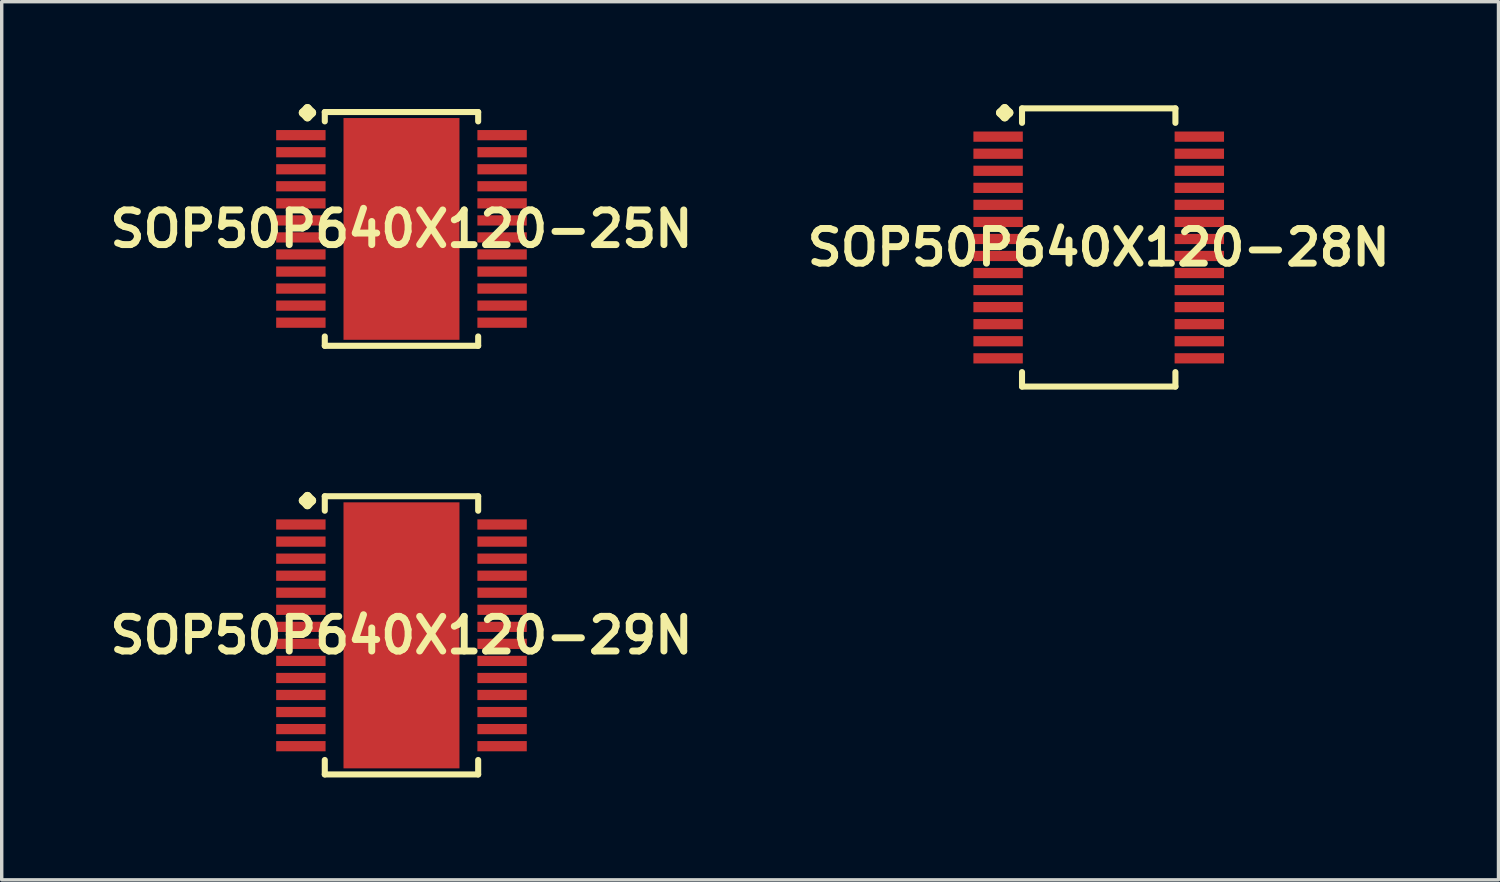
<source format=kicad_pcb>
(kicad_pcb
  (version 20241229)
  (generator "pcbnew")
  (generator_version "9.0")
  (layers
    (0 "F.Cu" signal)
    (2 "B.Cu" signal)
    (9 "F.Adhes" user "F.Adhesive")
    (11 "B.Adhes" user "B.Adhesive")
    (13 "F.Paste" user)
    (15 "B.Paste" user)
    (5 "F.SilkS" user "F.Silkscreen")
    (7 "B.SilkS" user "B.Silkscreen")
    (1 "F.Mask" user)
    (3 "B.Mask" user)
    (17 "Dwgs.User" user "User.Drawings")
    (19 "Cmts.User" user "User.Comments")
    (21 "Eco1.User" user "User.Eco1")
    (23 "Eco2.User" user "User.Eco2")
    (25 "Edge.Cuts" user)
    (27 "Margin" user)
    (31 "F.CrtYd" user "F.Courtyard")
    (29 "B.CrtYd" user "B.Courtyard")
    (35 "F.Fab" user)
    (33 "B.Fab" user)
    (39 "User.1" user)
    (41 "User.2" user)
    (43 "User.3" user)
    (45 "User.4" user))
  (footprint "SOP50P640X120-29N"
    (layer "F.Cu")
    (at 8.718 15.573)
    (property "Reference" "SOP50P640X120-29N" (at 0 0 0) (layer "F.SilkS") (effects (font (size 1.016 1.016) (thickness 0.203))))
    (attr smd)
    (fp_line (start -2.883 -3.95) (end -2.756 -4.077) (stroke (width 0.254) (type solid)) (layer "F.SilkS"))
    (fp_line (start -2.756 -4.077) (end -2.629 -3.95) (stroke (width 0.254) (type solid)) (layer "F.SilkS"))
    (fp_line (start -2.756 -3.823) (end -2.883 -3.95) (stroke (width 0.254) (type solid)) (layer "F.SilkS"))
    (fp_line (start -2.629 -3.95) (end -2.756 -3.823) (stroke (width 0.254) (type solid)) (layer "F.SilkS"))
    (fp_line (start -2.248 -4.077) (end 2.248 -4.077) (stroke (width 0.178) (type solid)) (layer "F.SilkS"))
    (fp_line (start -2.248 -3.653) (end -2.248 -4.077) (stroke (width 0.178) (type solid)) (layer "F.SilkS"))
    (fp_line (start -2.248 3.653) (end -2.248 4.077) (stroke (width 0.178) (type solid)) (layer "F.SilkS"))
    (fp_line (start -2.248 4.077) (end 2.248 4.077) (stroke (width 0.178) (type solid)) (layer "F.SilkS"))
    (fp_line (start 2.248 -4.077) (end 2.248 -3.653) (stroke (width 0.178) (type solid)) (layer "F.SilkS"))
    (fp_line (start 2.248 4.077) (end 2.248 3.653) (stroke (width 0.178) (type solid)) (layer "F.SilkS"))
    (pad "1" smd rect (at -2.949 -3.249) (size 1.448 0.3) (layers "F.Cu" "F.Mask" "F.Paste"))
    (pad "2" smd rect (at -2.949 -2.748) (size 1.448 0.3) (layers "F.Cu" "F.Mask" "F.Paste"))
    (pad "3" smd rect (at -2.949 -2.248) (size 1.448 0.3) (layers "F.Cu" "F.Mask" "F.Paste"))
    (pad "4" smd rect (at -2.949 -1.748) (size 1.448 0.3) (layers "F.Cu" "F.Mask" "F.Paste"))
    (pad "5" smd rect (at -2.949 -1.25) (size 1.448 0.3) (layers "F.Cu" "F.Mask" "F.Paste"))
    (pad "6" smd rect (at -2.949 -0.749) (size 1.448 0.3) (layers "F.Cu" "F.Mask" "F.Paste"))
    (pad "7" smd rect (at -2.949 -0.249) (size 1.448 0.3) (layers "F.Cu" "F.Mask" "F.Paste"))
    (pad "8" smd rect (at -2.949 0.249) (size 1.448 0.3) (layers "F.Cu" "F.Mask" "F.Paste"))
    (pad "9" smd rect (at -2.949 0.749) (size 1.448 0.3) (layers "F.Cu" "F.Mask" "F.Paste"))
    (pad "10" smd rect (at -2.949 1.25) (size 1.448 0.3) (layers "F.Cu" "F.Mask" "F.Paste"))
    (pad "11" smd rect (at -2.949 1.748) (size 1.448 0.3) (layers "F.Cu" "F.Mask" "F.Paste"))
    (pad "12" smd rect (at -2.949 2.248) (size 1.448 0.3) (layers "F.Cu" "F.Mask" "F.Paste"))
    (pad "13" smd rect (at -2.949 2.748) (size 1.448 0.3) (layers "F.Cu" "F.Mask" "F.Paste"))
    (pad "14" smd rect (at -2.949 3.249) (size 1.448 0.3) (layers "F.Cu" "F.Mask" "F.Paste"))
    (pad "15" smd rect (at 2.949 3.249) (size 1.448 0.3) (layers "F.Cu" "F.Mask" "F.Paste"))
    (pad "16" smd rect (at 2.949 2.748) (size 1.448 0.3) (layers "F.Cu" "F.Mask" "F.Paste"))
    (pad "17" smd rect (at 2.949 2.248) (size 1.448 0.3) (layers "F.Cu" "F.Mask" "F.Paste"))
    (pad "18" smd rect (at 2.949 1.748) (size 1.448 0.3) (layers "F.Cu" "F.Mask" "F.Paste"))
    (pad "19" smd rect (at 2.949 1.25) (size 1.448 0.3) (layers "F.Cu" "F.Mask" "F.Paste"))
    (pad "20" smd rect (at 2.949 0.749) (size 1.448 0.3) (layers "F.Cu" "F.Mask" "F.Paste"))
    (pad "21" smd rect (at 2.949 0.249) (size 1.448 0.3) (layers "F.Cu" "F.Mask" "F.Paste"))
    (pad "22" smd rect (at 2.949 -0.249) (size 1.448 0.3) (layers "F.Cu" "F.Mask" "F.Paste"))
    (pad "23" smd rect (at 2.949 -0.749) (size 1.448 0.3) (layers "F.Cu" "F.Mask" "F.Paste"))
    (pad "24" smd rect (at 2.949 -1.25) (size 1.448 0.3) (layers "F.Cu" "F.Mask" "F.Paste"))
    (pad "25" smd rect (at 2.949 -1.748) (size 1.448 0.3) (layers "F.Cu" "F.Mask" "F.Paste"))
    (pad "26" smd rect (at 2.949 -2.248) (size 1.448 0.3) (layers "F.Cu" "F.Mask" "F.Paste"))
    (pad "27" smd rect (at 2.949 -2.748) (size 1.448 0.3) (layers "F.Cu" "F.Mask" "F.Paste"))
    (pad "28" smd rect (at 2.949 -3.249) (size 1.448 0.3) (layers "F.Cu" "F.Mask" "F.Paste"))
    (pad "29" smd rect (at 0 0) (size 3.399 7.798) (layers "F.Cu" "F.Mask" "F.Paste")))
  (footprint "SOP50P640X120-25N"
    (layer "F.Cu")
    (at 8.718 3.66)
    (property "Reference" "SOP50P640X120-25N" (at 0 0 0) (layer "F.SilkS") (effects (font (size 1.016 1.016) (thickness 0.203))))
    (attr smd)
    (fp_line (start -2.883 -3.406) (end -2.756 -3.533) (stroke (width 0.254) (type solid)) (layer "F.SilkS"))
    (fp_line (start -2.756 -3.533) (end -2.629 -3.406) (stroke (width 0.254) (type solid)) (layer "F.SilkS"))
    (fp_line (start -2.756 -3.279) (end -2.883 -3.406) (stroke (width 0.254) (type solid)) (layer "F.SilkS"))
    (fp_line (start -2.629 -3.406) (end -2.756 -3.279) (stroke (width 0.254) (type solid)) (layer "F.SilkS"))
    (fp_line (start -2.248 -3.426) (end 2.248 -3.426) (stroke (width 0.178) (type solid)) (layer "F.SilkS"))
    (fp_line (start -2.248 -3.152) (end -2.248 -3.426) (stroke (width 0.178) (type solid)) (layer "F.SilkS"))
    (fp_line (start -2.248 3.152) (end -2.248 3.426) (stroke (width 0.178) (type solid)) (layer "F.SilkS"))
    (fp_line (start -2.248 3.426) (end 2.248 3.426) (stroke (width 0.178) (type solid)) (layer "F.SilkS"))
    (fp_line (start 2.248 -3.426) (end 2.248 -3.152) (stroke (width 0.178) (type solid)) (layer "F.SilkS"))
    (fp_line (start 2.248 3.426) (end 2.248 3.152) (stroke (width 0.178) (type solid)) (layer "F.SilkS"))
    (pad "1" smd rect (at -2.949 -2.748) (size 1.448 0.3) (layers "F.Cu" "F.Mask" "F.Paste"))
    (pad "2" smd rect (at -2.949 -2.248) (size 1.448 0.3) (layers "F.Cu" "F.Mask" "F.Paste"))
    (pad "3" smd rect (at -2.949 -1.748) (size 1.448 0.3) (layers "F.Cu" "F.Mask" "F.Paste"))
    (pad "4" smd rect (at -2.949 -1.25) (size 1.448 0.3) (layers "F.Cu" "F.Mask" "F.Paste"))
    (pad "5" smd rect (at -2.949 -0.749) (size 1.448 0.3) (layers "F.Cu" "F.Mask" "F.Paste"))
    (pad "6" smd rect (at -2.949 -0.249) (size 1.448 0.3) (layers "F.Cu" "F.Mask" "F.Paste"))
    (pad "7" smd rect (at -2.949 0.249) (size 1.448 0.3) (layers "F.Cu" "F.Mask" "F.Paste"))
    (pad "8" smd rect (at -2.949 0.749) (size 1.448 0.3) (layers "F.Cu" "F.Mask" "F.Paste"))
    (pad "9" smd rect (at -2.949 1.25) (size 1.448 0.3) (layers "F.Cu" "F.Mask" "F.Paste"))
    (pad "10" smd rect (at -2.949 1.748) (size 1.448 0.3) (layers "F.Cu" "F.Mask" "F.Paste"))
    (pad "11" smd rect (at -2.949 2.248) (size 1.448 0.3) (layers "F.Cu" "F.Mask" "F.Paste"))
    (pad "12" smd rect (at -2.949 2.748) (size 1.448 0.3) (layers "F.Cu" "F.Mask" "F.Paste"))
    (pad "13" smd rect (at 2.949 2.748) (size 1.448 0.3) (layers "F.Cu" "F.Mask" "F.Paste"))
    (pad "14" smd rect (at 2.949 2.248) (size 1.448 0.3) (layers "F.Cu" "F.Mask" "F.Paste"))
    (pad "15" smd rect (at 2.949 1.748) (size 1.448 0.3) (layers "F.Cu" "F.Mask" "F.Paste"))
    (pad "16" smd rect (at 2.949 1.25) (size 1.448 0.3) (layers "F.Cu" "F.Mask" "F.Paste"))
    (pad "17" smd rect (at 2.949 0.749) (size 1.448 0.3) (layers "F.Cu" "F.Mask" "F.Paste"))
    (pad "18" smd rect (at 2.949 0.249) (size 1.448 0.3) (layers "F.Cu" "F.Mask" "F.Paste"))
    (pad "19" smd rect (at 2.949 -0.249) (size 1.448 0.3) (layers "F.Cu" "F.Mask" "F.Paste"))
    (pad "20" smd rect (at 2.949 -0.749) (size 1.448 0.3) (layers "F.Cu" "F.Mask" "F.Paste"))
    (pad "21" smd rect (at 2.949 -1.25) (size 1.448 0.3) (layers "F.Cu" "F.Mask" "F.Paste"))
    (pad "22" smd rect (at 2.949 -1.748) (size 1.448 0.3) (layers "F.Cu" "F.Mask" "F.Paste"))
    (pad "23" smd rect (at 2.949 -2.248) (size 1.448 0.3) (layers "F.Cu" "F.Mask" "F.Paste"))
    (pad "24" smd rect (at 2.949 -2.748) (size 1.448 0.3) (layers "F.Cu" "F.Mask" "F.Paste"))
    (pad "25" smd rect (at 0 0) (size 3.399 6.5) (layers "F.Cu" "F.Mask" "F.Paste")))
  (footprint "SOP50P640X120-28N"
    (layer "F.Cu")
    (at 29.155 4.204)
    (property "Reference" "SOP50P640X120-28N" (at 0 0 0) (layer "F.SilkS") (effects (font (size 1.016 1.016) (thickness 0.203))))
    (attr smd)
    (fp_line (start -2.883 -3.95) (end -2.756 -4.077) (stroke (width 0.254) (type solid)) (layer "F.SilkS"))
    (fp_line (start -2.756 -4.077) (end -2.629 -3.95) (stroke (width 0.254) (type solid)) (layer "F.SilkS"))
    (fp_line (start -2.756 -3.823) (end -2.883 -3.95) (stroke (width 0.254) (type solid)) (layer "F.SilkS"))
    (fp_line (start -2.629 -3.95) (end -2.756 -3.823) (stroke (width 0.254) (type solid)) (layer "F.SilkS"))
    (fp_line (start -2.248 -4.077) (end 2.248 -4.077) (stroke (width 0.178) (type solid)) (layer "F.SilkS"))
    (fp_line (start -2.248 -3.653) (end -2.248 -4.077) (stroke (width 0.178) (type solid)) (layer "F.SilkS"))
    (fp_line (start -2.248 3.653) (end -2.248 4.077) (stroke (width 0.178) (type solid)) (layer "F.SilkS"))
    (fp_line (start -2.248 4.077) (end 2.248 4.077) (stroke (width 0.178) (type solid)) (layer "F.SilkS"))
    (fp_line (start 2.248 -4.077) (end 2.248 -3.653) (stroke (width 0.178) (type solid)) (layer "F.SilkS"))
    (fp_line (start 2.248 4.077) (end 2.248 3.653) (stroke (width 0.178) (type solid)) (layer "F.SilkS"))
    (pad "1" smd rect (at -2.949 -3.249) (size 1.448 0.3) (layers "F.Cu" "F.Mask" "F.Paste"))
    (pad "2" smd rect (at -2.949 -2.748) (size 1.448 0.3) (layers "F.Cu" "F.Mask" "F.Paste"))
    (pad "3" smd rect (at -2.949 -2.248) (size 1.448 0.3) (layers "F.Cu" "F.Mask" "F.Paste"))
    (pad "4" smd rect (at -2.949 -1.748) (size 1.448 0.3) (layers "F.Cu" "F.Mask" "F.Paste"))
    (pad "5" smd rect (at -2.949 -1.25) (size 1.448 0.3) (layers "F.Cu" "F.Mask" "F.Paste"))
    (pad "6" smd rect (at -2.949 -0.749) (size 1.448 0.3) (layers "F.Cu" "F.Mask" "F.Paste"))
    (pad "7" smd rect (at -2.949 -0.249) (size 1.448 0.3) (layers "F.Cu" "F.Mask" "F.Paste"))
    (pad "8" smd rect (at -2.949 0.249) (size 1.448 0.3) (layers "F.Cu" "F.Mask" "F.Paste"))
    (pad "9" smd rect (at -2.949 0.749) (size 1.448 0.3) (layers "F.Cu" "F.Mask" "F.Paste"))
    (pad "10" smd rect (at -2.949 1.25) (size 1.448 0.3) (layers "F.Cu" "F.Mask" "F.Paste"))
    (pad "11" smd rect (at -2.949 1.748) (size 1.448 0.3) (layers "F.Cu" "F.Mask" "F.Paste"))
    (pad "12" smd rect (at -2.949 2.248) (size 1.448 0.3) (layers "F.Cu" "F.Mask" "F.Paste"))
    (pad "13" smd rect (at -2.949 2.748) (size 1.448 0.3) (layers "F.Cu" "F.Mask" "F.Paste"))
    (pad "14" smd rect (at -2.949 3.249) (size 1.448 0.3) (layers "F.Cu" "F.Mask" "F.Paste"))
    (pad "15" smd rect (at 2.949 3.249) (size 1.448 0.3) (layers "F.Cu" "F.Mask" "F.Paste"))
    (pad "16" smd rect (at 2.949 2.748) (size 1.448 0.3) (layers "F.Cu" "F.Mask" "F.Paste"))
    (pad "17" smd rect (at 2.949 2.248) (size 1.448 0.3) (layers "F.Cu" "F.Mask" "F.Paste"))
    (pad "18" smd rect (at 2.949 1.748) (size 1.448 0.3) (layers "F.Cu" "F.Mask" "F.Paste"))
    (pad "19" smd rect (at 2.949 1.25) (size 1.448 0.3) (layers "F.Cu" "F.Mask" "F.Paste"))
    (pad "20" smd rect (at 2.949 0.749) (size 1.448 0.3) (layers "F.Cu" "F.Mask" "F.Paste"))
    (pad "21" smd rect (at 2.949 0.249) (size 1.448 0.3) (layers "F.Cu" "F.Mask" "F.Paste"))
    (pad "22" smd rect (at 2.949 -0.249) (size 1.448 0.3) (layers "F.Cu" "F.Mask" "F.Paste"))
    (pad "23" smd rect (at 2.949 -0.749) (size 1.448 0.3) (layers "F.Cu" "F.Mask" "F.Paste"))
    (pad "24" smd rect (at 2.949 -1.25) (size 1.448 0.3) (layers "F.Cu" "F.Mask" "F.Paste"))
    (pad "25" smd rect (at 2.949 -1.748) (size 1.448 0.3) (layers "F.Cu" "F.Mask" "F.Paste"))
    (pad "26" smd rect (at 2.949 -2.248) (size 1.448 0.3) (layers "F.Cu" "F.Mask" "F.Paste"))
    (pad "27" smd rect (at 2.949 -2.748) (size 1.448 0.3) (layers "F.Cu" "F.Mask" "F.Paste"))
    (pad "28" smd rect (at 2.949 -3.249) (size 1.448 0.3) (layers "F.Cu" "F.Mask" "F.Paste")))
  (gr_rect
    (start -3 -3)
    (end 40.873 22.739)
    (stroke (width 0.1) (type default))
    (fill no)
    (layer "Edge.Cuts")))
</source>
